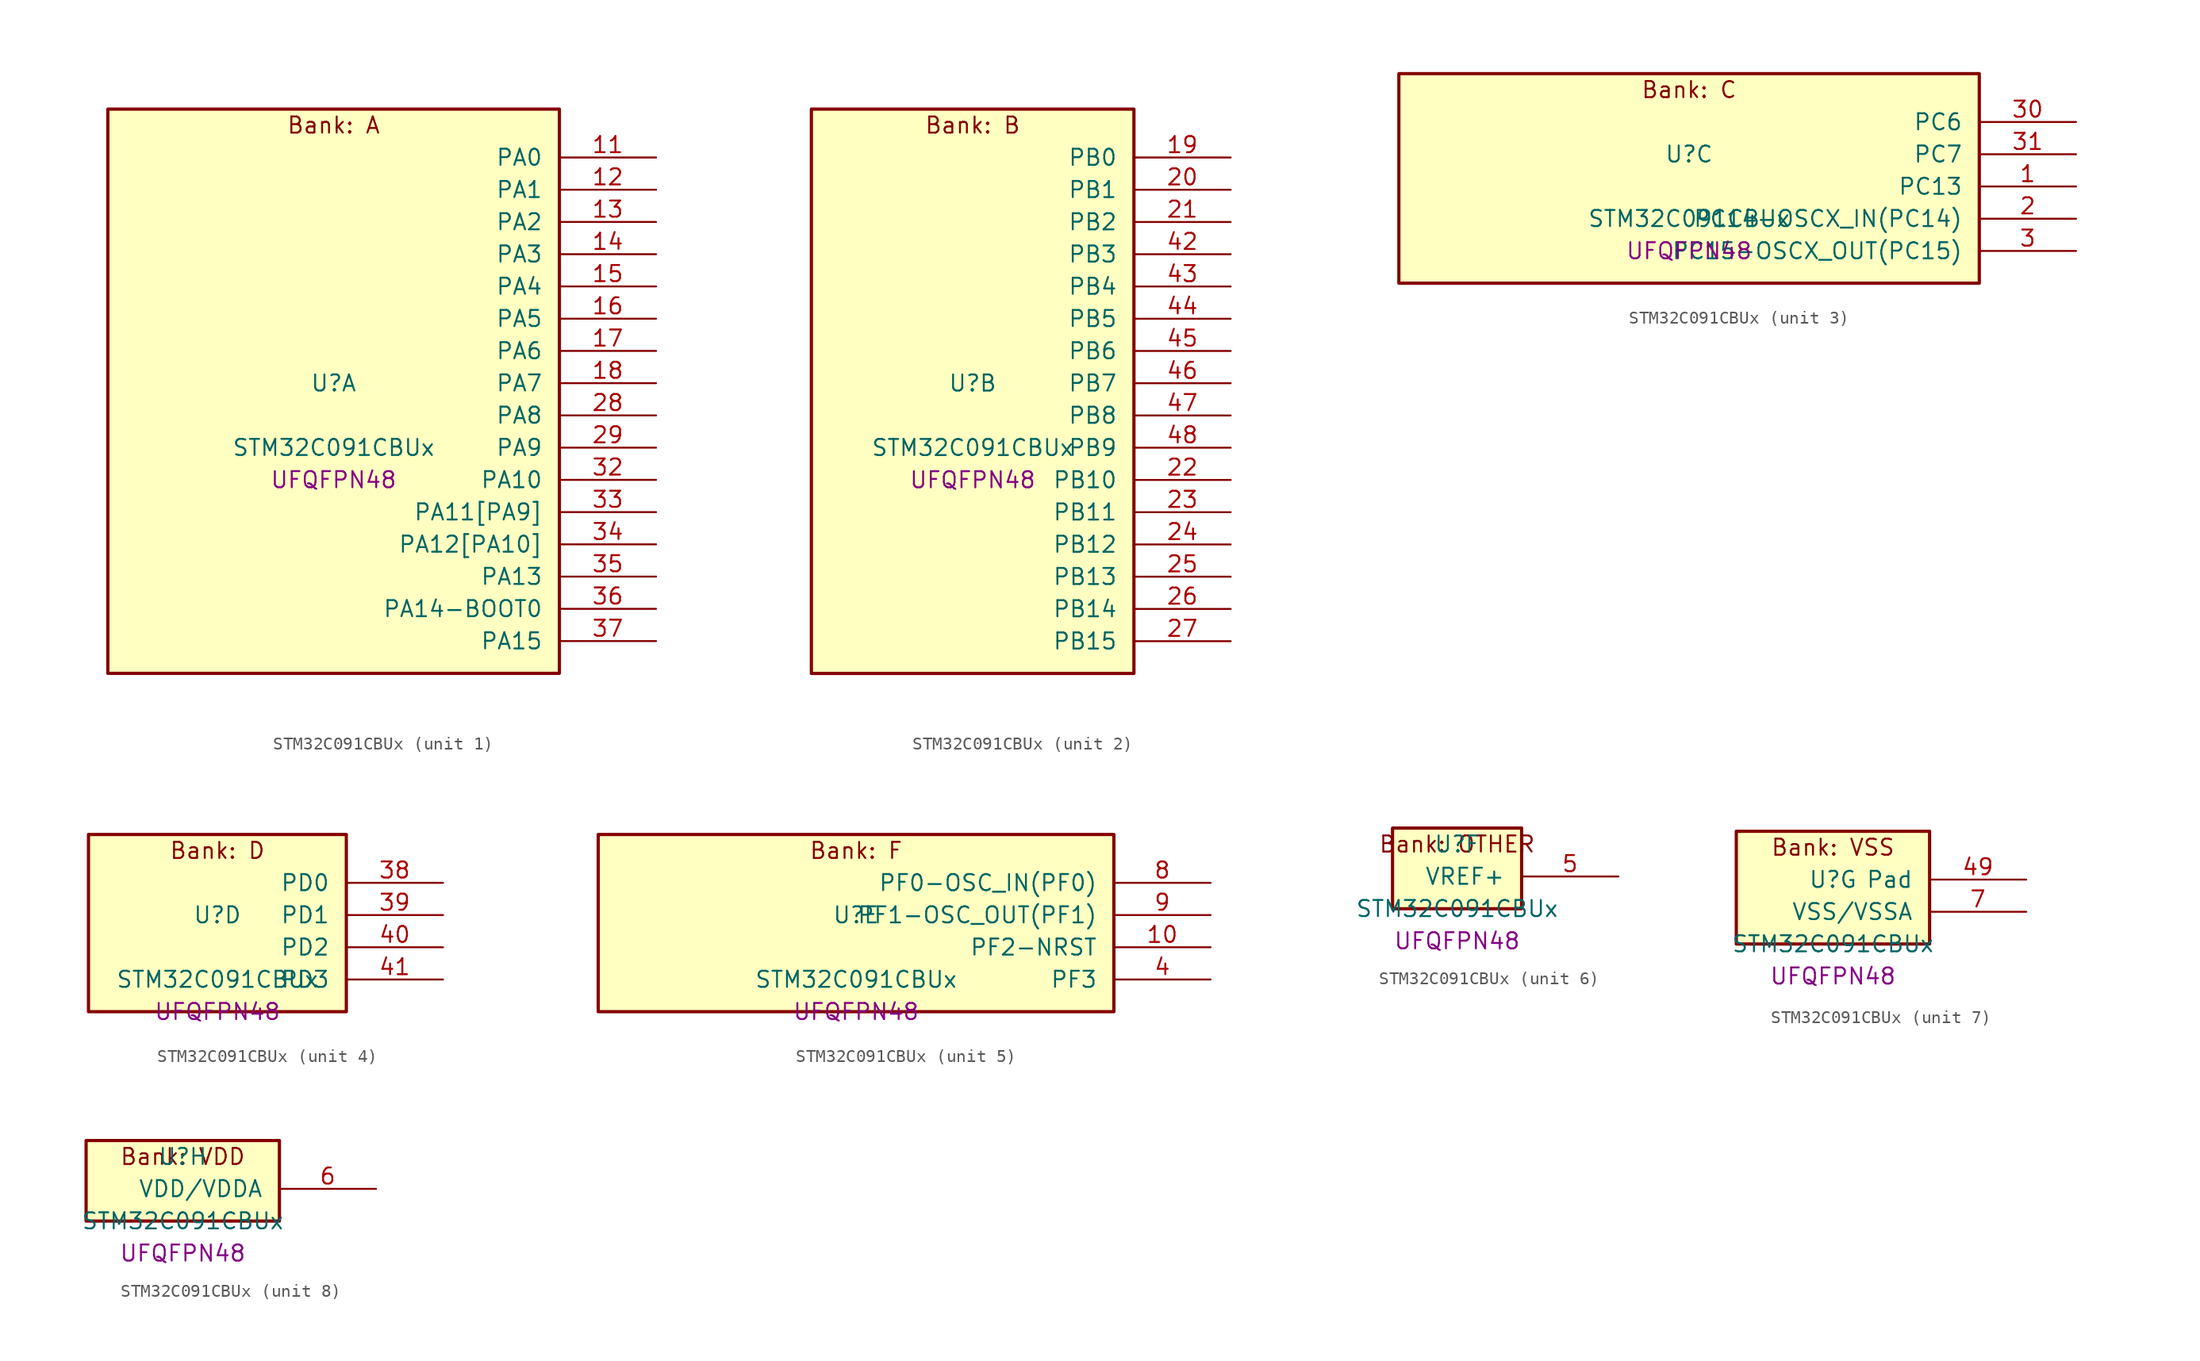
<source format=kicad_sym>
(kicad_symbol_lib
  (version 20241209)
  (generator "stm32_pkl_generator")
  (generator_version "1.0")
  (symbol "STM32C091CBUx"
    (pin_names
      (offset 1.27))
    (property "Reference" "U"
      (at 0 2.54 0))
    (property "Value" "STM32C091CBUx"
      (at 0 -2.54 0))
    (property "Footprint" "UFQFPN48"
      (at 0 -5.08 0))
    (symbol "STM32C091CBUx_1_1"
      (rectangle (start -17.78 24.13) (end 17.78 -20.32) (stroke (width 0.254) (type solid)) (fill (type background)))
      (text "Bank: A" (at 0 22.86 0))
      (pin bidirectional line (at 25.4 20.32 180) (length 7.62) (name "PA0") (number "11") (alternate "PA0/ADC1_IN0" bidirectional line) (alternate "PA0/PWR_WKUP1" bidirectional line) (alternate "PA0/SPI2_SCK" bidirectional line) (alternate "PA0/TIM16_CH1" bidirectional line) (alternate "PA0/TIM1_CH1" bidirectional line) (alternate "PA0/TIM2_CH1" bidirectional line) (alternate "PA0/TIM2_ETR" bidirectional line) (alternate "PA0/USART1_TX" bidirectional line) (alternate "PA0/USART2_CTS" bidirectional line) (alternate "PA0/USART2_NSS" bidirectional line) (alternate "PA0/USART4_TX" bidirectional line))
      (pin bidirectional line (at 25.4 17.78 180) (length 7.62) (name "PA1") (number "12") (alternate "PA1/ADC1_IN1" bidirectional line) (alternate "PA1/I2C1_SMBA" bidirectional line) (alternate "PA1/I2S1_CK" bidirectional line) (alternate "PA1/SPI1_SCK" bidirectional line) (alternate "PA1/TIM15_CH1N" bidirectional line) (alternate "PA1/TIM17_CH1" bidirectional line) (alternate "PA1/TIM1_CH2" bidirectional line) (alternate "PA1/TIM2_CH2" bidirectional line) (alternate "PA1/USART1_RX" bidirectional line) (alternate "PA1/USART2_CK" bidirectional line) (alternate "PA1/USART2_DE" bidirectional line) (alternate "PA1/USART2_RTS" bidirectional line) (alternate "PA1/USART4_RX" bidirectional line))
      (pin bidirectional line (at 25.4 15.24 180) (length 7.62) (name "PA2") (number "13") (alternate "PA2/ADC1_IN2" bidirectional line) (alternate "PA2/I2S1_SD" bidirectional line) (alternate "PA2/PWR_WKUP4" bidirectional line) (alternate "PA2/RCC_LSCO" bidirectional line) (alternate "PA2/SPI1_MOSI" bidirectional line) (alternate "PA2/TIM15_CH1" bidirectional line) (alternate "PA2/TIM16_CH1N" bidirectional line) (alternate "PA2/TIM1_CH3" bidirectional line) (alternate "PA2/TIM2_CH3" bidirectional line) (alternate "PA2/TIM3_ETR" bidirectional line) (alternate "PA2/USART2_TX" bidirectional line))
      (pin bidirectional line (at 25.4 12.7 180) (length 7.62) (name "PA3") (number "14") (alternate "PA3/ADC1_IN3" bidirectional line) (alternate "PA3/SPI2_MISO" bidirectional line) (alternate "PA3/TIM15_CH2" bidirectional line) (alternate "PA3/TIM1_CH1N" bidirectional line) (alternate "PA3/TIM1_CH4" bidirectional line) (alternate "PA3/TIM2_CH4" bidirectional line) (alternate "PA3/USART2_RX" bidirectional line))
      (pin bidirectional line (at 25.4 10.16 180) (length 7.62) (name "PA4") (number "15") (alternate "PA4/ADC1_IN4" bidirectional line) (alternate "PA4/I2S1_WS" bidirectional line) (alternate "PA4/RTC_OUT2" bidirectional line) (alternate "PA4/SPI1_NSS" bidirectional line) (alternate "PA4/SPI2_MOSI" bidirectional line) (alternate "PA4/TIM14_CH1" bidirectional line) (alternate "PA4/TIM17_CH1N" bidirectional line) (alternate "PA4/TIM1_CH2N" bidirectional line) (alternate "PA4/USART2_TX" bidirectional line))
      (pin bidirectional line (at 25.4 7.62 180) (length 7.62) (name "PA5") (number "16") (alternate "PA5/ADC1_IN5" bidirectional line) (alternate "PA5/I2S1_CK" bidirectional line) (alternate "PA5/SPI1_SCK" bidirectional line) (alternate "PA5/TIM1_CH1" bidirectional line) (alternate "PA5/TIM1_CH3N" bidirectional line) (alternate "PA5/TIM2_CH1" bidirectional line) (alternate "PA5/TIM2_ETR" bidirectional line) (alternate "PA5/USART2_RX" bidirectional line) (alternate "PA5/USART3_TX" bidirectional line))
      (pin bidirectional line (at 25.4 5.08 180) (length 7.62) (name "PA6") (number "17") (alternate "PA6/ADC1_IN6" bidirectional line) (alternate "PA6/I2C2_SDA" bidirectional line) (alternate "PA6/I2S1_MCK" bidirectional line) (alternate "PA6/SPI1_MISO" bidirectional line) (alternate "PA6/TIM16_CH1" bidirectional line) (alternate "PA6/TIM1_BKIN" bidirectional line) (alternate "PA6/TIM3_CH1" bidirectional line) (alternate "PA6/USART3_CTS" bidirectional line) (alternate "PA6/USART3_NSS" bidirectional line))
      (pin bidirectional line (at 25.4 2.54 180) (length 7.62) (name "PA7") (number "18") (alternate "PA7/ADC1_IN7" bidirectional line) (alternate "PA7/I2C2_SCL" bidirectional line) (alternate "PA7/I2S1_SD" bidirectional line) (alternate "PA7/SPI1_MOSI" bidirectional line) (alternate "PA7/TIM14_CH1" bidirectional line) (alternate "PA7/TIM17_CH1" bidirectional line) (alternate "PA7/TIM1_CH1N" bidirectional line) (alternate "PA7/TIM3_CH2" bidirectional line))
      (pin bidirectional line (at 25.4 0 180) (length 7.62) (name "PA8") (number "28") (alternate "PA8/ADC1_IN8" bidirectional line) (alternate "PA8/I2S1_WS" bidirectional line) (alternate "PA8/RCC_MCO" bidirectional line) (alternate "PA8/RCC_MCO_2" bidirectional line) (alternate "PA8/SPI1_NSS" bidirectional line) (alternate "PA8/SPI2_MISO" bidirectional line) (alternate "PA8/SPI2_NSS" bidirectional line) (alternate "PA8/TIM14_CH1" bidirectional line) (alternate "PA8/TIM1_CH1" bidirectional line) (alternate "PA8/TIM1_CH2N" bidirectional line) (alternate "PA8/TIM1_CH3N" bidirectional line) (alternate "PA8/TIM3_CH3" bidirectional line) (alternate "PA8/TIM3_CH4" bidirectional line) (alternate "PA8/USART1_RX" bidirectional line) (alternate "PA8/USART2_TX" bidirectional line))
      (pin bidirectional line (at 25.4 -2.54 180) (length 7.62) (name "PA9") (number "29") (alternate "PA9/I2C1_SCL" bidirectional line) (alternate "PA9/I2C2_SCL" bidirectional line) (alternate "PA9/RCC_MCO" bidirectional line) (alternate "PA9/SPI2_MISO" bidirectional line) (alternate "PA9/TIM15_BKIN" bidirectional line) (alternate "PA9/TIM1_CH2" bidirectional line) (alternate "PA9/TIM3_ETR" bidirectional line) (alternate "PA9/USART1_TX" bidirectional line) (alternate "PA9/NC" bidirectional line))
      (pin bidirectional line (at 25.4 -5.08 180) (length 7.62) (name "PA10") (number "32") (alternate "PA10/I2C1_SDA" bidirectional line) (alternate "PA10/I2C2_SDA" bidirectional line) (alternate "PA10/RCC_MCO_2" bidirectional line) (alternate "PA10/SPI2_MOSI" bidirectional line) (alternate "PA10/TIM17_BKIN" bidirectional line) (alternate "PA10/TIM1_CH3" bidirectional line) (alternate "PA10/USART1_RX" bidirectional line) (alternate "PA10/NC" bidirectional line))
      (pin bidirectional line (at 25.4 -7.62 180) (length 7.62) (name "PA11[PA9]") (number "33") (alternate "PA11[PA9]/ADC1_EXTI11" bidirectional line) (alternate "PA11[PA9]/I2C2_SCL" bidirectional line) (alternate "PA11[PA9]/I2S1_MCK" bidirectional line) (alternate "PA11[PA9]/SPI1_MISO" bidirectional line) (alternate "PA11[PA9]/TIM1_BKIN2" bidirectional line) (alternate "PA11[PA9]/TIM1_CH4" bidirectional line) (alternate "PA11[PA9]/USART1_CTS" bidirectional line) (alternate "PA11[PA9]/USART1_NSS" bidirectional line) (alternate "PA11[PA9]/PA9[PA11]" bidirectional line) (alternate "PA11[PA9]/I2C1_SCL" bidirectional line) (alternate "PA11[PA9]/RCC_MCO" bidirectional line) (alternate "PA11[PA9]/SPI2_MISO" bidirectional line) (alternate "PA11[PA9]/TIM15_BKIN" bidirectional line) (alternate "PA11[PA9]/TIM1_CH2" bidirectional line) (alternate "PA11[PA9]/TIM3_ETR" bidirectional line) (alternate "PA11[PA9]/USART1_TX" bidirectional line))
      (pin bidirectional line (at 25.4 -10.16 180) (length 7.62) (name "PA12[PA10]") (number "34") (alternate "PA12[PA10]/I2C2_SDA" bidirectional line) (alternate "PA12[PA10]/I2S1_SD" bidirectional line) (alternate "PA12[PA10]/I2S_CKIN" bidirectional line) (alternate "PA12[PA10]/SPI1_MOSI" bidirectional line) (alternate "PA12[PA10]/TIM1_ETR" bidirectional line) (alternate "PA12[PA10]/USART1_CK" bidirectional line) (alternate "PA12[PA10]/USART1_DE" bidirectional line) (alternate "PA12[PA10]/USART1_RTS" bidirectional line) (alternate "PA12[PA10]/PA10[PA12]" bidirectional line) (alternate "PA12[PA10]/I2C1_SDA" bidirectional line) (alternate "PA12[PA10]/RCC_MCO_2" bidirectional line) (alternate "PA12[PA10]/SPI2_MOSI" bidirectional line) (alternate "PA12[PA10]/TIM17_BKIN" bidirectional line) (alternate "PA12[PA10]/TIM1_CH3" bidirectional line) (alternate "PA12[PA10]/USART1_RX" bidirectional line))
      (pin bidirectional line (at 25.4 -12.7 180) (length 7.62) (name "PA13") (number "35") (alternate "PA13/ADC1_IN13" bidirectional line) (alternate "PA13/DEBUG_SWDIO" bidirectional line) (alternate "PA13/IR_OUT" bidirectional line) (alternate "PA13/TIM3_ETR" bidirectional line) (alternate "PA13/USART2_RX" bidirectional line))
      (pin bidirectional line (at 25.4 -15.24 180) (length 7.62) (name "PA14-BOOT0") (number "36") (alternate "PA14-BOOT0/ADC1_IN14" bidirectional line) (alternate "PA14-BOOT0/BOOT0" bidirectional line) (alternate "PA14-BOOT0/DEBUG_SWCLK" bidirectional line) (alternate "PA14-BOOT0/I2S1_WS" bidirectional line) (alternate "PA14-BOOT0/RCC_MCO_2" bidirectional line) (alternate "PA14-BOOT0/SPI1_NSS" bidirectional line) (alternate "PA14-BOOT0/TIM1_CH1" bidirectional line) (alternate "PA14-BOOT0/USART1_CK" bidirectional line) (alternate "PA14-BOOT0/USART1_DE" bidirectional line) (alternate "PA14-BOOT0/USART1_RTS" bidirectional line) (alternate "PA14-BOOT0/USART2_RX" bidirectional line) (alternate "PA14-BOOT0/USART2_TX" bidirectional line))
      (pin bidirectional line (at 25.4 -17.78 180) (length 7.62) (name "PA15") (number "37") (alternate "PA15/I2S1_WS" bidirectional line) (alternate "PA15/RCC_MCO_2" bidirectional line) (alternate "PA15/SPI1_NSS" bidirectional line) (alternate "PA15/TIM1_CH1" bidirectional line) (alternate "PA15/TIM2_CH1" bidirectional line) (alternate "PA15/TIM2_ETR" bidirectional line) (alternate "PA15/USART1_CK" bidirectional line) (alternate "PA15/USART1_DE" bidirectional line) (alternate "PA15/USART1_RTS" bidirectional line) (alternate "PA15/USART2_RX" bidirectional line) (alternate "PA15/USART3_CK" bidirectional line) (alternate "PA15/USART3_DE" bidirectional line) (alternate "PA15/USART3_RTS" bidirectional line) (alternate "PA15/USART4_CK" bidirectional line) (alternate "PA15/USART4_DE" bidirectional line) (alternate "PA15/USART4_RTS" bidirectional line)))
    (symbol "STM32C091CBUx_2_1"
      (rectangle (start -12.7 24.13) (end 12.7 -20.32) (stroke (width 0.254) (type solid)) (fill (type background)))
      (text "Bank: B" (at 0 22.86 0))
      (pin bidirectional line (at 20.32 20.32 180) (length 7.62) (name "PB0") (number "19") (alternate "PB0/ADC1_IN17" bidirectional line) (alternate "PB0/I2S1_WS" bidirectional line) (alternate "PB0/SPI1_NSS" bidirectional line) (alternate "PB0/TIM1_CH2N" bidirectional line) (alternate "PB0/TIM3_CH3" bidirectional line) (alternate "PB0/USART3_RX" bidirectional line))
      (pin bidirectional line (at 20.32 17.78 180) (length 7.62) (name "PB1") (number "20") (alternate "PB1/ADC1_IN18" bidirectional line) (alternate "PB1/TIM14_CH1" bidirectional line) (alternate "PB1/TIM1_CH2N" bidirectional line) (alternate "PB1/TIM1_CH3N" bidirectional line) (alternate "PB1/TIM3_CH4" bidirectional line) (alternate "PB1/USART3_CK" bidirectional line) (alternate "PB1/USART3_DE" bidirectional line) (alternate "PB1/USART3_RTS" bidirectional line))
      (pin bidirectional line (at 20.32 15.24 180) (length 7.62) (name "PB2") (number "21") (alternate "PB2/ADC1_IN19" bidirectional line) (alternate "PB2/RCC_MCO_2" bidirectional line) (alternate "PB2/SPI2_MISO" bidirectional line) (alternate "PB2/USART1_RX" bidirectional line) (alternate "PB2/USART3_TX" bidirectional line))
      (pin bidirectional line (at 20.32 12.7 180) (length 7.62) (name "PB3") (number "42") (alternate "PB3/I2C2_SCL" bidirectional line) (alternate "PB3/I2S1_CK" bidirectional line) (alternate "PB3/SPI1_SCK" bidirectional line) (alternate "PB3/TIM1_CH2" bidirectional line) (alternate "PB3/TIM2_CH2" bidirectional line) (alternate "PB3/TIM3_CH2" bidirectional line) (alternate "PB3/USART1_CK" bidirectional line) (alternate "PB3/USART1_DE" bidirectional line) (alternate "PB3/USART1_RTS" bidirectional line))
      (pin bidirectional line (at 20.32 10.16 180) (length 7.62) (name "PB4") (number "43") (alternate "PB4/I2C2_SDA" bidirectional line) (alternate "PB4/I2S1_MCK" bidirectional line) (alternate "PB4/SPI1_MISO" bidirectional line) (alternate "PB4/TIM17_BKIN" bidirectional line) (alternate "PB4/TIM3_CH1" bidirectional line) (alternate "PB4/USART1_CTS" bidirectional line) (alternate "PB4/USART1_NSS" bidirectional line))
      (pin bidirectional line (at 20.32 7.62 180) (length 7.62) (name "PB5") (number "44") (alternate "PB5/I2C1_SMBA" bidirectional line) (alternate "PB5/I2S1_SD" bidirectional line) (alternate "PB5/PWR_WKUP6" bidirectional line) (alternate "PB5/SPI1_MOSI" bidirectional line) (alternate "PB5/TIM16_BKIN" bidirectional line) (alternate "PB5/TIM3_CH2" bidirectional line) (alternate "PB5/TIM3_CH3" bidirectional line))
      (pin bidirectional line (at 20.32 5.08 180) (length 7.62) (name "PB6") (number "45") (alternate "PB6/I2C1_SCL" bidirectional line) (alternate "PB6/I2C1_SMBA" bidirectional line) (alternate "PB6/I2S1_CK" bidirectional line) (alternate "PB6/I2S1_MCK" bidirectional line) (alternate "PB6/I2S1_SD" bidirectional line) (alternate "PB6/PWR_WKUP3" bidirectional line) (alternate "PB6/SPI1_MISO" bidirectional line) (alternate "PB6/SPI1_MOSI" bidirectional line) (alternate "PB6/SPI1_SCK" bidirectional line) (alternate "PB6/SPI2_MISO" bidirectional line) (alternate "PB6/TIM16_BKIN" bidirectional line) (alternate "PB6/TIM16_CH1N" bidirectional line) (alternate "PB6/TIM1_CH2" bidirectional line) (alternate "PB6/TIM1_CH3" bidirectional line) (alternate "PB6/TIM3_CH1" bidirectional line) (alternate "PB6/TIM3_CH2" bidirectional line) (alternate "PB6/TIM3_CH3" bidirectional line) (alternate "PB6/USART1_CTS" bidirectional line) (alternate "PB6/USART1_NSS" bidirectional line) (alternate "PB6/USART1_TX" bidirectional line))
      (pin bidirectional line (at 20.32 2.54 180) (length 7.62) (name "PB7") (number "46") (alternate "PB7/I2C1_SCL" bidirectional line) (alternate "PB7/I2C1_SDA" bidirectional line) (alternate "PB7/SPI2_MOSI" bidirectional line) (alternate "PB7/TIM16_CH1" bidirectional line) (alternate "PB7/TIM17_CH1N" bidirectional line) (alternate "PB7/TIM1_CH4" bidirectional line) (alternate "PB7/TIM3_CH1" bidirectional line) (alternate "PB7/TIM3_CH4" bidirectional line) (alternate "PB7/USART1_RX" bidirectional line) (alternate "PB7/USART2_CTS" bidirectional line) (alternate "PB7/USART2_NSS" bidirectional line) (alternate "PB7/USART4_CTS" bidirectional line) (alternate "PB7/USART4_NSS" bidirectional line))
      (pin bidirectional line (at 20.32 0 180) (length 7.62) (name "PB8") (number "47") (alternate "PB8/I2C1_SCL" bidirectional line) (alternate "PB8/SPI2_SCK" bidirectional line) (alternate "PB8/TIM15_BKIN" bidirectional line) (alternate "PB8/TIM16_CH1" bidirectional line) (alternate "PB8/TIM3_CH1" bidirectional line) (alternate "PB8/USART2_CTS" bidirectional line) (alternate "PB8/USART2_NSS" bidirectional line) (alternate "PB8/USART3_TX" bidirectional line))
      (pin bidirectional line (at 20.32 -2.54 180) (length 7.62) (name "PB9") (number "48") (alternate "PB9/I2C1_SDA" bidirectional line) (alternate "PB9/IR_OUT" bidirectional line) (alternate "PB9/SPI2_NSS" bidirectional line) (alternate "PB9/TIM17_CH1" bidirectional line) (alternate "PB9/TIM3_CH2" bidirectional line) (alternate "PB9/USART2_CK" bidirectional line) (alternate "PB9/USART2_DE" bidirectional line) (alternate "PB9/USART2_RTS" bidirectional line) (alternate "PB9/USART3_RX" bidirectional line))
      (pin bidirectional line (at 20.32 -5.08 180) (length 7.62) (name "PB10") (number "22") (alternate "PB10/ADC1_IN20" bidirectional line) (alternate "PB10/I2C2_SCL" bidirectional line) (alternate "PB10/SPI2_SCK" bidirectional line) (alternate "PB10/TIM2_CH3" bidirectional line) (alternate "PB10/USART3_TX" bidirectional line))
      (pin bidirectional line (at 20.32 -7.62 180) (length 7.62) (name "PB11") (number "23") (alternate "PB11/ADC1_EXTI11" bidirectional line) (alternate "PB11/ADC1_IN21" bidirectional line) (alternate "PB11/I2C2_SDA" bidirectional line) (alternate "PB11/SPI2_MOSI" bidirectional line) (alternate "PB11/TIM2_CH4" bidirectional line) (alternate "PB11/USART3_RX" bidirectional line))
      (pin bidirectional line (at 20.32 -10.16 180) (length 7.62) (name "PB12") (number "24") (alternate "PB12/ADC1_IN22" bidirectional line) (alternate "PB12/SPI2_NSS" bidirectional line) (alternate "PB12/TIM15_BKIN" bidirectional line) (alternate "PB12/TIM1_BKIN" bidirectional line) (alternate "PB12/TIM1_BKIN2" bidirectional line))
      (pin bidirectional line (at 20.32 -12.7 180) (length 7.62) (name "PB13") (number "25") (alternate "PB13/I2C2_SCL" bidirectional line) (alternate "PB13/SPI2_SCK" bidirectional line) (alternate "PB13/TIM15_CH1N" bidirectional line) (alternate "PB13/TIM1_CH1N" bidirectional line) (alternate "PB13/USART3_CTS" bidirectional line) (alternate "PB13/USART3_NSS" bidirectional line))
      (pin bidirectional line (at 20.32 -15.24 180) (length 7.62) (name "PB14") (number "26") (alternate "PB14/I2C2_SDA" bidirectional line) (alternate "PB14/SPI2_MISO" bidirectional line) (alternate "PB14/TIM15_CH1" bidirectional line) (alternate "PB14/TIM1_CH2N" bidirectional line) (alternate "PB14/USART3_CK" bidirectional line) (alternate "PB14/USART3_DE" bidirectional line) (alternate "PB14/USART3_RTS" bidirectional line))
      (pin bidirectional line (at 20.32 -17.78 180) (length 7.62) (name "PB15") (number "27") (alternate "PB15/RTC_REFIN" bidirectional line) (alternate "PB15/SPI2_MOSI" bidirectional line) (alternate "PB15/TIM15_CH1N" bidirectional line) (alternate "PB15/TIM15_CH2" bidirectional line) (alternate "PB15/TIM1_CH3N" bidirectional line)))
    (symbol "STM32C091CBUx_3_1"
      (rectangle (start -22.86 8.89) (end 22.86 -7.62) (stroke (width 0.254) (type solid)) (fill (type background)))
      (text "Bank: C" (at 0 7.62 0))
      (pin bidirectional line (at 30.48 5.08 180) (length 7.62) (name "PC6") (number "30") (alternate "PC6/TIM2_CH3" bidirectional line) (alternate "PC6/TIM3_CH1" bidirectional line))
      (pin bidirectional line (at 30.48 2.54 180) (length 7.62) (name "PC7") (number "31") (alternate "PC7/TIM2_CH4" bidirectional line) (alternate "PC7/TIM3_CH2" bidirectional line))
      (pin bidirectional line (at 30.48 0 180) (length 7.62) (name "PC13") (number "1") (alternate "PC13/PWR_WKUP2" bidirectional line) (alternate "PC13/RTC_OUT1" bidirectional line) (alternate "PC13/RTC_TS" bidirectional line) (alternate "PC13/TIM1_BKIN" bidirectional line) (alternate "PC13/TIM1_ETR" bidirectional line))
      (pin bidirectional line (at 30.48 -2.54 180) (length 7.62) (name "PC14-OSCX_IN(PC14)") (number "2") (alternate "PC14-OSCX_IN(PC14)/I2C1_SDA" bidirectional line) (alternate "PC14-OSCX_IN(PC14)/IR_OUT" bidirectional line) (alternate "PC14-OSCX_IN(PC14)/RCC_OSCX_IN" bidirectional line) (alternate "PC14-OSCX_IN(PC14)/SPI2_NSS" bidirectional line) (alternate "PC14-OSCX_IN(PC14)/TIM17_CH1" bidirectional line) (alternate "PC14-OSCX_IN(PC14)/TIM1_BKIN2" bidirectional line) (alternate "PC14-OSCX_IN(PC14)/TIM1_ETR" bidirectional line) (alternate "PC14-OSCX_IN(PC14)/TIM3_CH2" bidirectional line) (alternate "PC14-OSCX_IN(PC14)/USART1_TX" bidirectional line) (alternate "PC14-OSCX_IN(PC14)/USART2_CK" bidirectional line) (alternate "PC14-OSCX_IN(PC14)/USART2_DE" bidirectional line) (alternate "PC14-OSCX_IN(PC14)/USART2_RTS" bidirectional line) (alternate "PC14-OSCX_IN(PC14)/USART3_TX" bidirectional line))
      (pin bidirectional line (at 30.48 -5.08 180) (length 7.62) (name "PC15-OSCX_OUT(PC15)") (number "3") (alternate "PC15-OSCX_OUT(PC15)/RCC_OSC32_EN" bidirectional line) (alternate "PC15-OSCX_OUT(PC15)/RCC_OSCX_OUT" bidirectional line) (alternate "PC15-OSCX_OUT(PC15)/RCC_OSC_EN" bidirectional line) (alternate "PC15-OSCX_OUT(PC15)/TIM15_BKIN" bidirectional line) (alternate "PC15-OSCX_OUT(PC15)/TIM1_ETR" bidirectional line) (alternate "PC15-OSCX_OUT(PC15)/TIM3_CH3" bidirectional line)))
    (symbol "STM32C091CBUx_4_1"
      (rectangle (start -10.16 8.89) (end 10.16 -5.08) (stroke (width 0.254) (type solid)) (fill (type background)))
      (text "Bank: D" (at 0 7.62 0))
      (pin bidirectional line (at 17.78 5.08 180) (length 7.62) (name "PD0") (number "38") (alternate "PD0/SPI2_NSS" bidirectional line) (alternate "PD0/TIM16_CH1" bidirectional line))
      (pin bidirectional line (at 17.78 2.54 180) (length 7.62) (name "PD1") (number "39") (alternate "PD1/SPI2_SCK" bidirectional line) (alternate "PD1/TIM17_CH1" bidirectional line))
      (pin bidirectional line (at 17.78 0 180) (length 7.62) (name "PD2") (number "40") (alternate "PD2/TIM1_CH1N" bidirectional line) (alternate "PD2/TIM3_ETR" bidirectional line) (alternate "PD2/USART3_CK" bidirectional line) (alternate "PD2/USART3_DE" bidirectional line) (alternate "PD2/USART3_RTS" bidirectional line))
      (pin bidirectional line (at 17.78 -2.54 180) (length 7.62) (name "PD3") (number "41") (alternate "PD3/SPI2_MISO" bidirectional line) (alternate "PD3/TIM1_CH2N" bidirectional line) (alternate "PD3/USART2_CTS" bidirectional line) (alternate "PD3/USART2_NSS" bidirectional line)))
    (symbol "STM32C091CBUx_5_1"
      (rectangle (start -20.32 8.89) (end 20.32 -5.08) (stroke (width 0.254) (type solid)) (fill (type background)))
      (text "Bank: F" (at 0 7.62 0))
      (pin bidirectional line (at 27.94 5.08 180) (length 7.62) (name "PF0-OSC_IN(PF0)") (number "8") (alternate "PF0-OSC_IN(PF0)/RCC_OSC_IN" bidirectional line) (alternate "PF0-OSC_IN(PF0)/TIM14_CH1" bidirectional line))
      (pin bidirectional line (at 27.94 2.54 180) (length 7.62) (name "PF1-OSC_OUT(PF1)") (number "9") (alternate "PF1-OSC_OUT(PF1)/RCC_OSC_EN" bidirectional line) (alternate "PF1-OSC_OUT(PF1)/RCC_OSC_OUT" bidirectional line) (alternate "PF1-OSC_OUT(PF1)/TIM15_CH1N" bidirectional line))
      (pin bidirectional line (at 27.94 0 180) (length 7.62) (name "PF2-NRST") (number "10") (alternate "PF2-NRST/RCC_MCO" bidirectional line) (alternate "PF2-NRST/TIM1_CH4" bidirectional line))
      (pin bidirectional line (at 27.94 -2.54 180) (length 7.62) (name "PF3") (number "4")))
    (symbol "STM32C091CBUx_6_1"
      (rectangle (start -5.08 3.81) (end 5.08 -2.54) (stroke (width 0.254) (type solid)) (fill (type background)))
      (text "Bank: OTHER" (at 0 2.54 0))
      (pin bidirectional line (at 12.7 0 180) (length 7.62) (name "VREF+") (number "5")))
    (symbol "STM32C091CBUx_7_1"
      (rectangle (start -7.62 6.35) (end 7.62 -2.54) (stroke (width 0.254) (type solid)) (fill (type background)))
      (text "Bank: VSS" (at 0 5.08 0))
      (pin passive line (at 15.24 2.54 180) (length 7.62) (name "Pad") (number "49"))
      (pin power_in line (at 15.24 0 180) (length 7.62) (name "VSS/VSSA") (number "7")))
    (symbol "STM32C091CBUx_8_1"
      (rectangle (start -7.62 3.81) (end 7.62 -2.54) (stroke (width 0.254) (type solid)) (fill (type background)))
      (text "Bank: VDD" (at 0 2.54 0))
      (pin power_in line (at 15.24 0 180) (length 7.62) (name "VDD/VDDA") (number "6")))))
</source>
